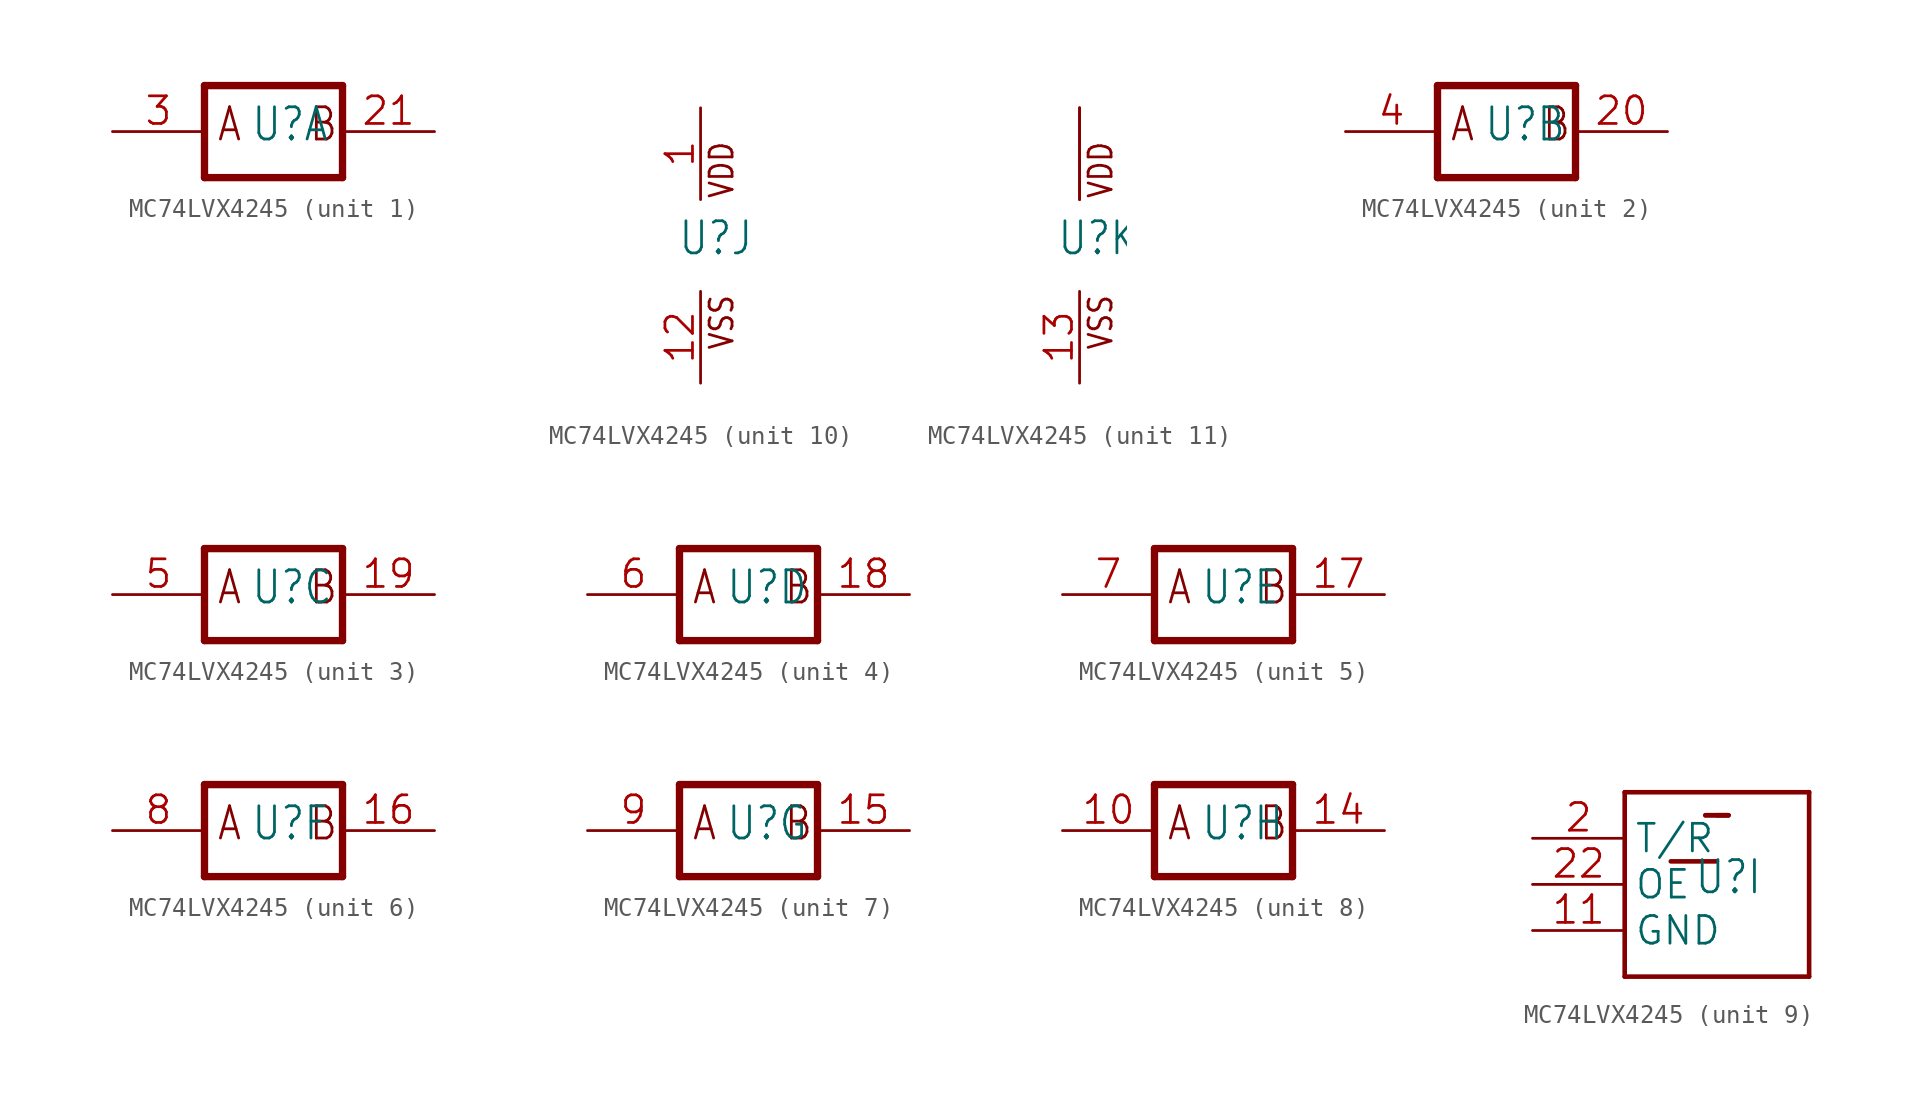
<source format=kicad_sym>
(kicad_symbol_lib
  (version 20241209)
  (generator "kicad_symbol_editor")
  (generator_version "9.0")
  (symbol "MC74LVX4245"
    (property "Reference" "U"
      (at -1.27 -0.635 0)
      (effects (font (size 1.778 1.511)) (justify left bottom)))
    (property "ki_locked" ""
      (at 0 0 0)
      (effects (font (size 1.27 1.27))))
    (symbol "MC74LVX4245_1_0"
      (polyline (pts (xy -3.81 2.54) (xy -3.81 -2.54)) (stroke (width 0.406) (type solid)) (fill (type none)))
      (polyline (pts (xy -3.81 -2.54) (xy 3.81 -2.54)) (stroke (width 0.406) (type solid)) (fill (type none)))
      (polyline (pts (xy 3.81 2.54) (xy -3.81 2.54)) (stroke (width 0.406) (type solid)) (fill (type none)))
      (polyline (pts (xy 3.81 -2.54) (xy 3.81 2.54)) (stroke (width 0.406) (type solid)) (fill (type none)))
      (text "A" (at -3.175 -0.635 0) (effects (font (size 1.778 1.511)) (justify left bottom)))
      (text "B" (at 1.905 -0.635 0) (effects (font (size 1.778 1.511)) (justify left bottom)))
      (pin input line (at -8.89 0 0) (length 5.08) (name "I" (effects (font (size 0 0)))) (number "3" (effects (font (size 1.524 1.524)))))
      (pin output line (at 8.89 0 180) (length 5.08) (name "O" (effects (font (size 0 0)))) (number "21" (effects (font (size 1.524 1.524))))))
    (symbol "MC74LVX4245_2_0"
      (polyline (pts (xy -3.81 2.54) (xy -3.81 -2.54)) (stroke (width 0.406) (type solid)) (fill (type none)))
      (polyline (pts (xy -3.81 -2.54) (xy 3.81 -2.54)) (stroke (width 0.406) (type solid)) (fill (type none)))
      (polyline (pts (xy 3.81 2.54) (xy -3.81 2.54)) (stroke (width 0.406) (type solid)) (fill (type none)))
      (polyline (pts (xy 3.81 -2.54) (xy 3.81 2.54)) (stroke (width 0.406) (type solid)) (fill (type none)))
      (text "A" (at -3.175 -0.635 0) (effects (font (size 1.778 1.511)) (justify left bottom)))
      (text "B" (at 1.905 -0.635 0) (effects (font (size 1.778 1.511)) (justify left bottom)))
      (pin input line (at -8.89 0 0) (length 5.08) (name "I" (effects (font (size 0 0)))) (number "4" (effects (font (size 1.524 1.524)))))
      (pin output line (at 8.89 0 180) (length 5.08) (name "O" (effects (font (size 0 0)))) (number "20" (effects (font (size 1.524 1.524))))))
    (symbol "MC74LVX4245_3_0"
      (polyline (pts (xy -3.81 2.54) (xy -3.81 -2.54)) (stroke (width 0.406) (type solid)) (fill (type none)))
      (polyline (pts (xy -3.81 -2.54) (xy 3.81 -2.54)) (stroke (width 0.406) (type solid)) (fill (type none)))
      (polyline (pts (xy 3.81 2.54) (xy -3.81 2.54)) (stroke (width 0.406) (type solid)) (fill (type none)))
      (polyline (pts (xy 3.81 -2.54) (xy 3.81 2.54)) (stroke (width 0.406) (type solid)) (fill (type none)))
      (text "A" (at -3.175 -0.635 0) (effects (font (size 1.778 1.511)) (justify left bottom)))
      (text "B" (at 1.905 -0.635 0) (effects (font (size 1.778 1.511)) (justify left bottom)))
      (pin input line (at -8.89 0 0) (length 5.08) (name "I" (effects (font (size 0 0)))) (number "5" (effects (font (size 1.524 1.524)))))
      (pin output line (at 8.89 0 180) (length 5.08) (name "O" (effects (font (size 0 0)))) (number "19" (effects (font (size 1.524 1.524))))))
    (symbol "MC74LVX4245_4_0"
      (polyline (pts (xy -3.81 2.54) (xy -3.81 -2.54)) (stroke (width 0.406) (type solid)) (fill (type none)))
      (polyline (pts (xy -3.81 -2.54) (xy 3.81 -2.54)) (stroke (width 0.406) (type solid)) (fill (type none)))
      (polyline (pts (xy 3.81 2.54) (xy -3.81 2.54)) (stroke (width 0.406) (type solid)) (fill (type none)))
      (polyline (pts (xy 3.81 -2.54) (xy 3.81 2.54)) (stroke (width 0.406) (type solid)) (fill (type none)))
      (text "A" (at -3.175 -0.635 0) (effects (font (size 1.778 1.511)) (justify left bottom)))
      (text "B" (at 1.905 -0.635 0) (effects (font (size 1.778 1.511)) (justify left bottom)))
      (pin input line (at -8.89 0 0) (length 5.08) (name "I" (effects (font (size 0 0)))) (number "6" (effects (font (size 1.524 1.524)))))
      (pin output line (at 8.89 0 180) (length 5.08) (name "O" (effects (font (size 0 0)))) (number "18" (effects (font (size 1.524 1.524))))))
    (symbol "MC74LVX4245_5_0"
      (polyline (pts (xy -3.81 2.54) (xy -3.81 -2.54)) (stroke (width 0.406) (type solid)) (fill (type none)))
      (polyline (pts (xy -3.81 -2.54) (xy 3.81 -2.54)) (stroke (width 0.406) (type solid)) (fill (type none)))
      (polyline (pts (xy 3.81 2.54) (xy -3.81 2.54)) (stroke (width 0.406) (type solid)) (fill (type none)))
      (polyline (pts (xy 3.81 -2.54) (xy 3.81 2.54)) (stroke (width 0.406) (type solid)) (fill (type none)))
      (text "A" (at -3.175 -0.635 0) (effects (font (size 1.778 1.511)) (justify left bottom)))
      (text "B" (at 1.905 -0.635 0) (effects (font (size 1.778 1.511)) (justify left bottom)))
      (pin input line (at -8.89 0 0) (length 5.08) (name "I" (effects (font (size 0 0)))) (number "7" (effects (font (size 1.524 1.524)))))
      (pin output line (at 8.89 0 180) (length 5.08) (name "O" (effects (font (size 0 0)))) (number "17" (effects (font (size 1.524 1.524))))))
    (symbol "MC74LVX4245_6_0"
      (polyline (pts (xy -3.81 2.54) (xy -3.81 -2.54)) (stroke (width 0.406) (type solid)) (fill (type none)))
      (polyline (pts (xy -3.81 -2.54) (xy 3.81 -2.54)) (stroke (width 0.406) (type solid)) (fill (type none)))
      (polyline (pts (xy 3.81 2.54) (xy -3.81 2.54)) (stroke (width 0.406) (type solid)) (fill (type none)))
      (polyline (pts (xy 3.81 -2.54) (xy 3.81 2.54)) (stroke (width 0.406) (type solid)) (fill (type none)))
      (text "A" (at -3.175 -0.635 0) (effects (font (size 1.778 1.511)) (justify left bottom)))
      (text "B" (at 1.905 -0.635 0) (effects (font (size 1.778 1.511)) (justify left bottom)))
      (pin input line (at -8.89 0 0) (length 5.08) (name "I" (effects (font (size 0 0)))) (number "8" (effects (font (size 1.524 1.524)))))
      (pin output line (at 8.89 0 180) (length 5.08) (name "O" (effects (font (size 0 0)))) (number "16" (effects (font (size 1.524 1.524))))))
    (symbol "MC74LVX4245_7_0"
      (polyline (pts (xy -3.81 2.54) (xy -3.81 -2.54)) (stroke (width 0.406) (type solid)) (fill (type none)))
      (polyline (pts (xy -3.81 -2.54) (xy 3.81 -2.54)) (stroke (width 0.406) (type solid)) (fill (type none)))
      (polyline (pts (xy 3.81 2.54) (xy -3.81 2.54)) (stroke (width 0.406) (type solid)) (fill (type none)))
      (polyline (pts (xy 3.81 -2.54) (xy 3.81 2.54)) (stroke (width 0.406) (type solid)) (fill (type none)))
      (text "A" (at -3.175 -0.635 0) (effects (font (size 1.778 1.511)) (justify left bottom)))
      (text "B" (at 1.905 -0.635 0) (effects (font (size 1.778 1.511)) (justify left bottom)))
      (pin input line (at -8.89 0 0) (length 5.08) (name "I" (effects (font (size 0 0)))) (number "9" (effects (font (size 1.524 1.524)))))
      (pin output line (at 8.89 0 180) (length 5.08) (name "O" (effects (font (size 0 0)))) (number "15" (effects (font (size 1.524 1.524))))))
    (symbol "MC74LVX4245_8_0"
      (polyline (pts (xy -3.81 2.54) (xy -3.81 -2.54)) (stroke (width 0.406) (type solid)) (fill (type none)))
      (polyline (pts (xy -3.81 -2.54) (xy 3.81 -2.54)) (stroke (width 0.406) (type solid)) (fill (type none)))
      (polyline (pts (xy 3.81 2.54) (xy -3.81 2.54)) (stroke (width 0.406) (type solid)) (fill (type none)))
      (polyline (pts (xy 3.81 -2.54) (xy 3.81 2.54)) (stroke (width 0.406) (type solid)) (fill (type none)))
      (text "A" (at -3.175 -0.635 0) (effects (font (size 1.778 1.511)) (justify left bottom)))
      (text "B" (at 1.905 -0.635 0) (effects (font (size 1.778 1.511)) (justify left bottom)))
      (pin input line (at -8.89 0 0) (length 5.08) (name "I" (effects (font (size 0 0)))) (number "10" (effects (font (size 1.524 1.524)))))
      (pin output line (at 8.89 0 180) (length 5.08) (name "O" (effects (font (size 0 0)))) (number "14" (effects (font (size 1.524 1.524))))))
    (symbol "MC74LVX4245_9_0"
      (polyline (pts (xy -5.08 5.08) (xy -5.08 -5.08)) (stroke (width 0.254) (type solid)) (fill (type none)))
      (polyline (pts (xy -5.08 -5.08) (xy 5.08 -5.08)) (stroke (width 0.254) (type solid)) (fill (type none)))
      (polyline (pts (xy -0.635 3.81) (xy 0.635 3.81)) (stroke (width 0.254) (type solid)) (fill (type none)))
      (polyline (pts (xy 0 3.81) (xy 0.635 3.81)) (stroke (width 0.254) (type solid)) (fill (type none)))
      (polyline (pts (xy 0 1.27) (xy -2.54 1.27)) (stroke (width 0.254) (type solid)) (fill (type none)))
      (polyline (pts (xy 0.635 3.81) (xy -0.635 3.81)) (stroke (width 0.254) (type solid)) (fill (type none)))
      (polyline (pts (xy 5.08 5.08) (xy -5.08 5.08)) (stroke (width 0.254) (type solid)) (fill (type none)))
      (polyline (pts (xy 5.08 -5.08) (xy 5.08 5.08)) (stroke (width 0.254) (type solid)) (fill (type none)))
      (pin bidirectional line (at -10.16 2.54 0) (length 5.08) (name "T/R" (effects (font (size 1.524 1.524)))) (number "2" (effects (font (size 1.524 1.524)))))
      (pin bidirectional line (at -10.16 0 0) (length 5.08) (name "OE" (effects (font (size 1.524 1.524)))) (number "22" (effects (font (size 1.524 1.524)))))
      (pin bidirectional line (at -10.16 -2.54 0) (length 5.08) (name "GND" (effects (font (size 1.524 1.524)))) (number "11" (effects (font (size 1.524 1.524))))))
    (symbol "MC74LVX4245_10_0"
      (text "VDD" (at 1.905 2.54 900) (effects (font (size 1.27 1.079)) (justify left bottom)))
      (text "VSS" (at 1.905 -5.842 900) (effects (font (size 1.27 1.079)) (justify left bottom)))
      (pin power_in line (at 0 7.62 270) (length 5.08) (name "VDD" (effects (font (size 0 0)))) (number "1" (effects (font (size 1.524 1.524)))))
      (pin power_in line (at 0 -7.62 90) (length 5.08) (name "VSS" (effects (font (size 0 0)))) (number "12" (effects (font (size 1.524 1.524))))))
    (symbol "MC74LVX4245_11_0"
      (text "VDD" (at 1.905 2.54 900) (effects (font (size 1.27 1.079)) (justify left bottom)))
      (text "VSS" (at 1.905 -5.842 900) (effects (font (size 1.27 1.079)) (justify left bottom)))
      (pin power_in line (at 0 7.62 270) (length 5.08) (name "VDD" (effects (font (size 0 0)))) (number "23" (effects (font (size 0 0)))))
      (pin power_in line (at 0 7.62 270) (length 5.08) (name "VDD" (effects (font (size 0 0)))) (number "24" (effects (font (size 0 0)))))
      (pin power_in line (at 0 -7.62 90) (length 5.08) (name "VSS" (effects (font (size 0 0)))) (number "13" (effects (font (size 1.524 1.524))))))))
</source>
